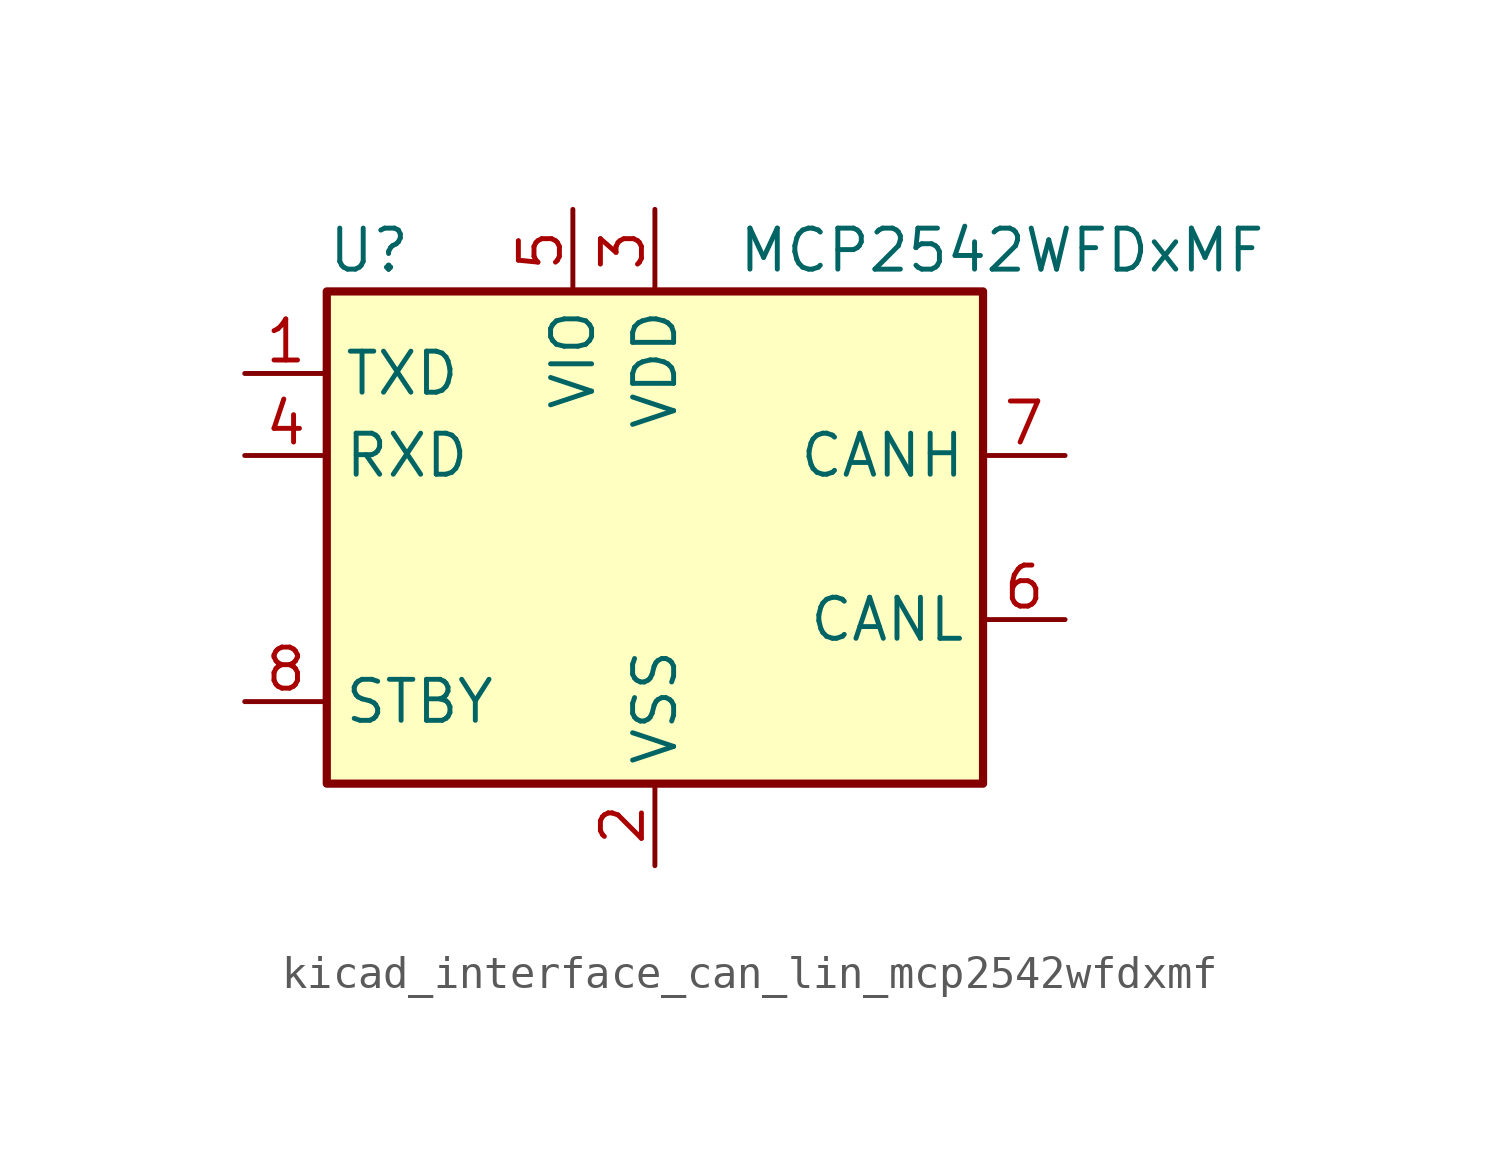
<source format=kicad_sym>
(kicad_symbol_lib
  (version 20220914)
  (generator kicad_symbol_editor)
  (symbol "kicad_interface_can_lin_mcp2542wfdxmf"
    (property "Reference" "U"
      (at -10.16 8.89 0)
      (effects (font (size 1.27 1.27)) (justify left)))
    (property "Value" "MCP2542WFDxMF"
      (at 2.54 8.89 0)
      (effects (font (size 1.27 1.27)) (justify left)))
    (symbol "kicad_interface_can_lin_mcp2542wfdxmf_0_1"
      (rectangle (start -10.16 7.62) (end 10.16 -7.62) (stroke (width 0.254) (type default)) (fill (type background))))
    (symbol "kicad_interface_can_lin_mcp2542wfdxmf_1_1"
      (pin input line (at -12.7 5.08 0) (length 2.54) (name "TXD" (effects (font (size 1.27 1.27)))) (number "1" (effects (font (size 1.27 1.27)))))
      (pin power_in line (at 0 -10.16 90) (length 2.54) (name "VSS" (effects (font (size 1.27 1.27)))) (number "2" (effects (font (size 1.27 1.27)))))
      (pin power_in line (at 0 10.16 270) (length 2.54) (name "VDD" (effects (font (size 1.27 1.27)))) (number "3" (effects (font (size 1.27 1.27)))))
      (pin output line (at -12.7 2.54 0) (length 2.54) (name "RXD" (effects (font (size 1.27 1.27)))) (number "4" (effects (font (size 1.27 1.27)))))
      (pin power_in line (at -2.54 10.16 270) (length 2.54) (name "VIO" (effects (font (size 1.27 1.27)))) (number "5" (effects (font (size 1.27 1.27)))))
      (pin bidirectional line (at 12.7 -2.54 180) (length 2.54) (name "CANL" (effects (font (size 1.27 1.27)))) (number "6" (effects (font (size 1.27 1.27)))))
      (pin bidirectional line (at 12.7 2.54 180) (length 2.54) (name "CANH" (effects (font (size 1.27 1.27)))) (number "7" (effects (font (size 1.27 1.27)))))
      (pin input line (at -12.7 -5.08 0) (length 2.54) (name "STBY" (effects (font (size 1.27 1.27)))) (number "8" (effects (font (size 1.27 1.27)))))
      (pin passive line (at 0 -10.16 90) (length 2.54) hide (name "VSS" (effects (font (size 1.27 1.27)))) (number "9" (effects (font (size 1.27 1.27))))))))
</source>
